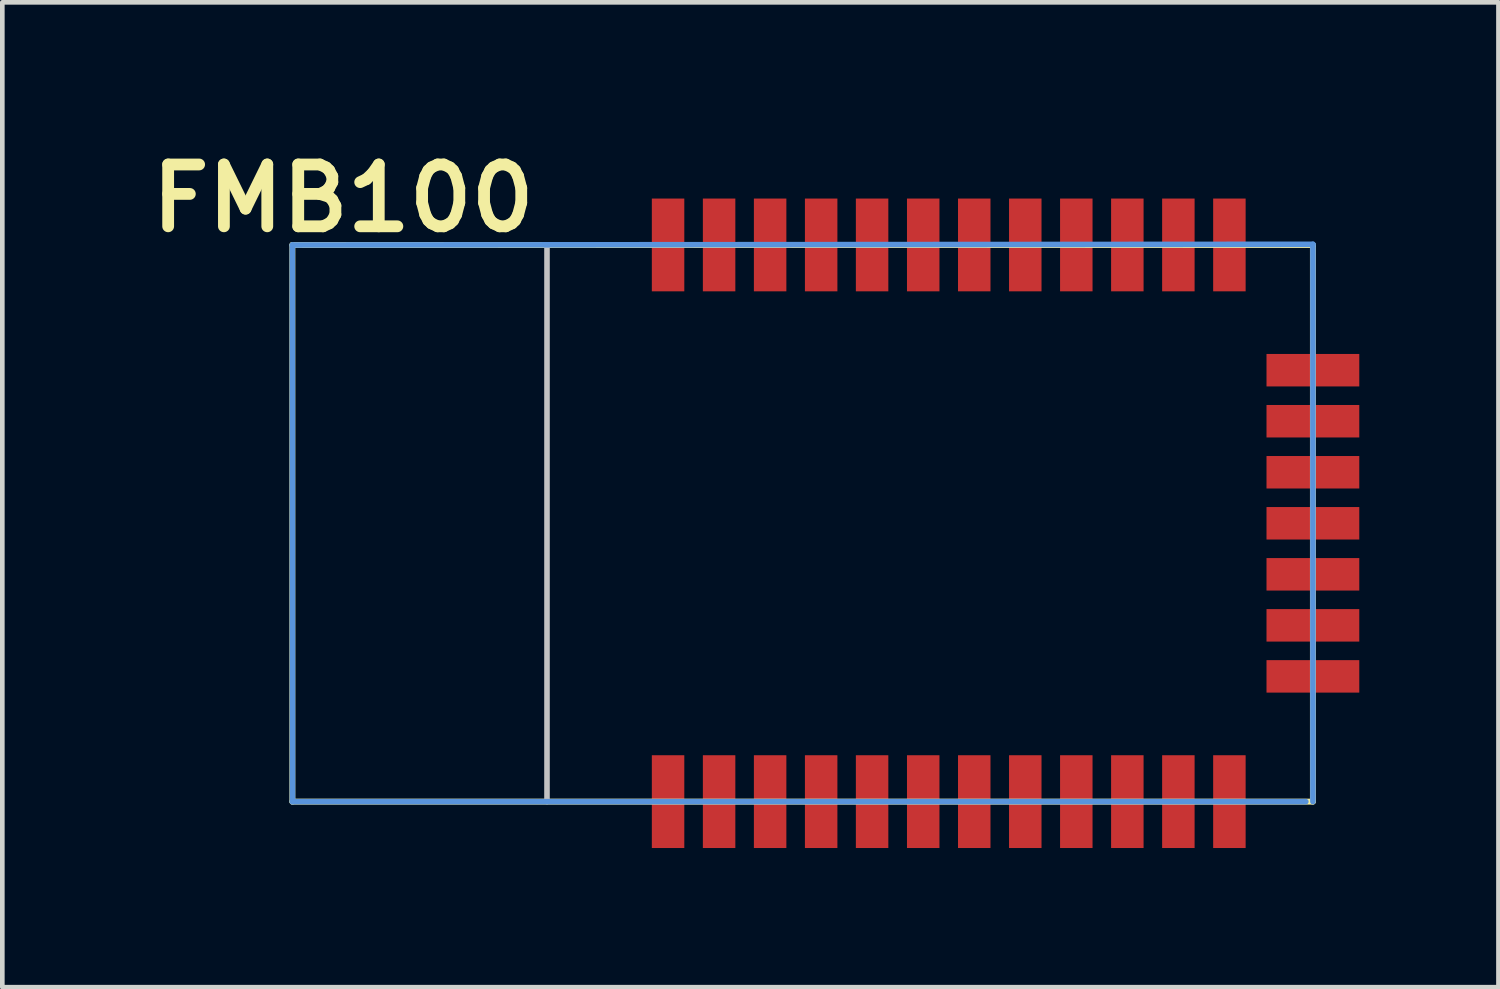
<source format=kicad_pcb>
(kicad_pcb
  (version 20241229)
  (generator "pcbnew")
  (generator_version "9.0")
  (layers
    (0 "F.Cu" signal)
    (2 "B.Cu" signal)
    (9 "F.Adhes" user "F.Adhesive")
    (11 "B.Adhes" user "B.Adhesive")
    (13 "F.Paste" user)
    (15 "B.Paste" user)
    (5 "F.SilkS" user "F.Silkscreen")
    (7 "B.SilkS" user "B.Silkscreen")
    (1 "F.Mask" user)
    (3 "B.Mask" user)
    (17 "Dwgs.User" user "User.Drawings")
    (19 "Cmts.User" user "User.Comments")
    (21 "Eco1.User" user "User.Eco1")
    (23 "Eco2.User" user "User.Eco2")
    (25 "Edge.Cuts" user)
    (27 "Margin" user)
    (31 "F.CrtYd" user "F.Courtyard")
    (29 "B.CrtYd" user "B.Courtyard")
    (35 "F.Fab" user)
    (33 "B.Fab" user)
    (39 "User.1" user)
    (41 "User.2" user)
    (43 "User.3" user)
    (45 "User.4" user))
  (footprint "FMB100"
    (layer "F.Cu")
    (at 25.251 14.23)
    (property "Reference" "FMB100" (at -20.904 -13.005 0) (unlocked yes) (layer "F.SilkS") (effects (font (size 1.333 1.402) (thickness 0.254))))
    (attr smd)
    (fp_line (start -21.999 -11.999) (end 0 -11.999) (stroke (width 0.127) (type solid)) (layer "F.SilkS"))
    (fp_line (start -21.999 0) (end -21.999 -11.999) (stroke (width 0.127) (type solid)) (layer "F.SilkS"))
    (fp_line (start -21.999 0) (end 0 0) (stroke (width 0.127) (type solid)) (layer "F.SilkS"))
    (fp_line (start 0 0) (end 0 -11.999) (stroke (width 0.127) (type solid)) (layer "F.SilkS"))
    (fp_line (start -16.51 -11.963) (end -16.51 0) (stroke (width 0.12) (type solid)) (layer "Dwgs.User"))
    (fp_line (start -21.999 -11.999) (end -21.996 0) (stroke (width 0.12) (type solid)) (layer "Cmts.User"))
    (fp_line (start -21.999 0) (end -0.152 0) (stroke (width 0.12) (type solid)) (layer "Cmts.User"))
    (fp_line (start 0 -12.014) (end -21.999 -11.999) (stroke (width 0.12) (type solid)) (layer "Cmts.User"))
    (fp_line (start 0 0) (end 0 -12.014) (stroke (width 0.12) (type solid)) (layer "Cmts.User"))
    (pad "1" smd rect (at -13.9 0) (size 0.7 2) (layers "F.Cu" "F.Mask" "F.Paste"))
    (pad "2" smd rect (at -12.8 0) (size 0.7 2) (layers "F.Cu" "F.Mask" "F.Paste"))
    (pad "3" smd rect (at -11.7 0) (size 0.7 2) (layers "F.Cu" "F.Mask" "F.Paste"))
    (pad "4" smd rect (at -10.6 0) (size 0.7 2) (layers "F.Cu" "F.Mask" "F.Paste"))
    (pad "5" smd rect (at -9.502 0) (size 0.7 2) (layers "F.Cu" "F.Mask" "F.Paste"))
    (pad "6" smd rect (at -8.4 0) (size 0.7 2) (layers "F.Cu" "F.Mask" "F.Paste"))
    (pad "7" smd rect (at -7.3 0) (size 0.7 2) (layers "F.Cu" "F.Mask" "F.Paste"))
    (pad "8" smd rect (at -6.2 0) (size 0.7 2) (layers "F.Cu" "F.Mask" "F.Paste"))
    (pad "9" smd rect (at -5.1 0) (size 0.7 2) (layers "F.Cu" "F.Mask" "F.Paste"))
    (pad "10" smd rect (at -4 0) (size 0.7 2) (layers "F.Cu" "F.Mask" "F.Paste"))
    (pad "11" smd rect (at -2.9 0) (size 0.7 2) (layers "F.Cu" "F.Mask" "F.Paste"))
    (pad "12" smd rect (at -1.8 0) (size 0.7 2) (layers "F.Cu" "F.Mask" "F.Paste"))
    (pad "13" smd rect (at 0 -2.7 90) (size 0.7 2) (layers "F.Cu" "F.Mask" "F.Paste"))
    (pad "14" smd rect (at 0 -3.8 90) (size 0.7 2) (layers "F.Cu" "F.Mask" "F.Paste"))
    (pad "15" smd rect (at 0 -4.9 90) (size 0.7 2) (layers "F.Cu" "F.Mask" "F.Paste"))
    (pad "16" smd rect (at 0 -6 90) (size 0.7 2) (layers "F.Cu" "F.Mask" "F.Paste"))
    (pad "17" smd rect (at 0 -7.1 90) (size 0.7 2) (layers "F.Cu" "F.Mask" "F.Paste"))
    (pad "18" smd rect (at 0 -8.2 90) (size 0.7 2) (layers "F.Cu" "F.Mask" "F.Paste"))
    (pad "19" smd rect (at 0 -9.3 90) (size 0.7 2) (layers "F.Cu" "F.Mask" "F.Paste"))
    (pad "20" smd rect (at -1.8 -12) (size 0.7 2) (layers "F.Cu" "F.Mask" "F.Paste"))
    (pad "21" smd rect (at -2.9 -12) (size 0.7 2) (layers "F.Cu" "F.Mask" "F.Paste"))
    (pad "22" smd rect (at -4 -12) (size 0.7 2) (layers "F.Cu" "F.Mask" "F.Paste"))
    (pad "23" smd rect (at -5.1 -12) (size 0.7 2) (layers "F.Cu" "F.Mask" "F.Paste"))
    (pad "24" smd rect (at -6.2 -12) (size 0.7 2) (layers "F.Cu" "F.Mask" "F.Paste"))
    (pad "25" smd rect (at -7.3 -12) (size 0.7 2) (layers "F.Cu" "F.Mask" "F.Paste"))
    (pad "26" smd rect (at -8.4 -12) (size 0.7 2) (layers "F.Cu" "F.Mask" "F.Paste"))
    (pad "27" smd rect (at -9.502 -12) (size 0.7 2) (layers "F.Cu" "F.Mask" "F.Paste"))
    (pad "28" smd rect (at -10.6 -12) (size 0.7 2) (layers "F.Cu" "F.Mask" "F.Paste"))
    (pad "29" smd rect (at -11.7 -12) (size 0.7 2) (layers "F.Cu" "F.Mask" "F.Paste"))
    (pad "30" smd rect (at -12.8 -12) (size 0.7 2) (layers "F.Cu" "F.Mask" "F.Paste"))
    (pad "31" smd rect (at -13.9 -12) (size 0.7 2) (layers "F.Cu" "F.Mask" "F.Paste")))
  (gr_rect
    (start -3 -3)
    (end 29.251 18.23)
    (stroke (width 0.1) (type default))
    (fill no)
    (layer "Edge.Cuts")))
</source>
